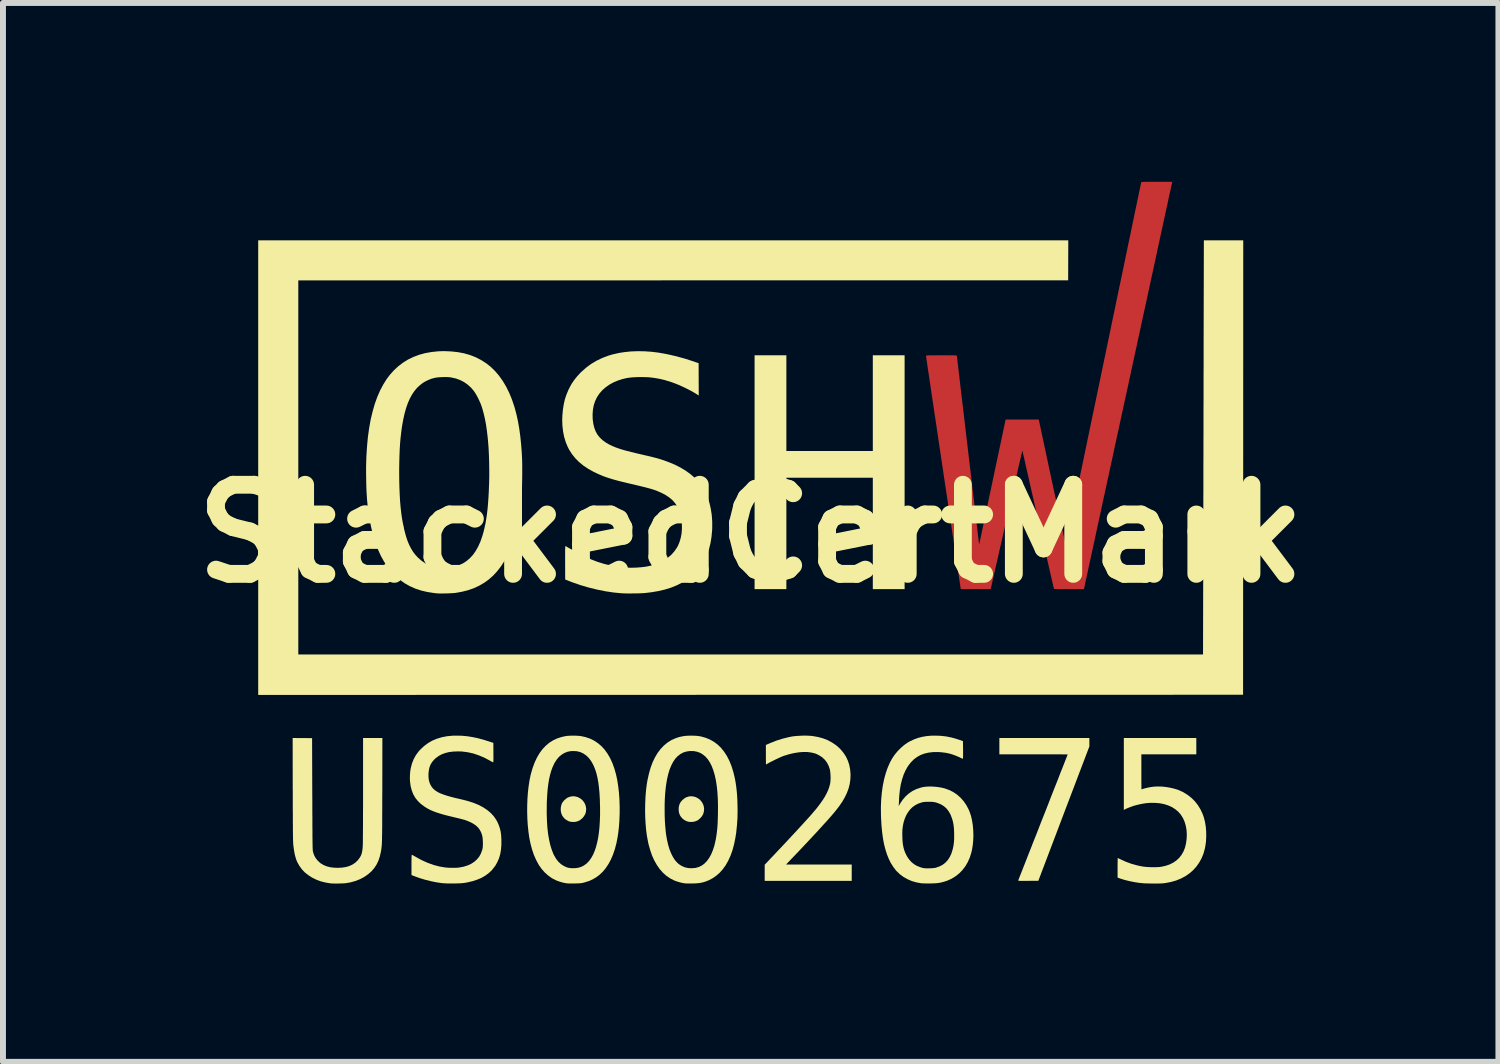
<source format=kicad_pcb>
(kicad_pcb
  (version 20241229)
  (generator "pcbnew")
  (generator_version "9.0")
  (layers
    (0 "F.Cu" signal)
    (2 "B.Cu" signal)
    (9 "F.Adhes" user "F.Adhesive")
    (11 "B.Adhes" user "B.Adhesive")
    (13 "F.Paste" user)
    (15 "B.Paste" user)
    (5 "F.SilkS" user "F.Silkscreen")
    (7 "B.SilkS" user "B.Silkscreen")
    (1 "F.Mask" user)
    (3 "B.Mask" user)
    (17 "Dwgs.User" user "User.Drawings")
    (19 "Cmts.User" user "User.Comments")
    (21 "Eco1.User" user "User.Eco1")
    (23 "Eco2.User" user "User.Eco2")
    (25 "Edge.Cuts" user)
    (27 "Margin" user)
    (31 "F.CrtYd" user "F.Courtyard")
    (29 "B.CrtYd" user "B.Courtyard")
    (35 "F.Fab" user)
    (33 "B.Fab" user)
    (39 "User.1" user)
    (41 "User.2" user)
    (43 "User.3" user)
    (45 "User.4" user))
  (footprint "StackedCertMark"
    (layer "F.Cu")
    (at 9.586 5.931)
    (property "Reference" "StackedCertMark" (at 0 0 0) (layer "F.SilkS") (effects (font (size 1.5 1.5) (thickness 0.3))))
    (attr board_only exclude_from_pos_files exclude_from_bom)
    (fp_poly (pts (xy 7.093 -5.91) (xy 7.091 -5.905) (xy 7.088 -5.89) (xy 7.083 -5.866) (xy 7.076 -5.833) (xy 7.067 -5.791) (xy 7.056 -5.742) (xy 7.043 -5.684) (xy 7.029 -5.619) (xy 7.014 -5.546) (xy 6.996 -5.466) (xy 6.977 -5.38) (xy 6.957 -5.287) (xy 6.936 -5.188) (xy 6.913 -5.083) (xy 6.889 -4.973) (xy 6.864 -4.857) (xy 6.838 -4.737) (xy 6.811 -4.612) (xy 6.783 -4.482) (xy 6.754 -4.349) (xy 6.724 -4.212) (xy 6.694 -4.071) (xy 6.663 -3.927) (xy 6.631 -3.781) (xy 6.598 -3.632) (xy 6.566 -3.481) (xy 6.533 -3.328) (xy 6.499 -3.173) (xy 6.465 -3.017) (xy 6.431 -2.86) (xy 6.397 -2.703) (xy 6.363 -2.545) (xy 6.329 -2.387) (xy 6.294 -2.229) (xy 6.26 -2.072) (xy 6.226 -1.916) (xy 6.193 -1.761) (xy 6.159 -1.607) (xy 6.126 -1.455) (xy 6.094 -1.305) (xy 6.062 -1.157) (xy 6.031 -1.013) (xy 6 -0.871) (xy 5.97 -0.732) (xy 5.94 -0.597) (xy 5.912 -0.466) (xy 5.885 -0.339) (xy 5.858 -0.216) (xy 5.832 -0.099) (xy 5.808 0.014) (xy 5.785 0.121) (xy 5.763 0.223) (xy 5.742 0.318) (xy 5.723 0.408) (xy 5.705 0.49) (xy 5.688 0.566) (xy 5.674 0.634) (xy 5.66 0.695) (xy 5.649 0.748) (xy 5.639 0.793) (xy 5.631 0.83) (xy 5.625 0.858) (xy 5.621 0.877) (xy 5.619 0.886) (xy 5.619 0.886) (xy 5.609 0.935) (xy 5.357 0.935) (xy 5.3 0.935) (xy 5.253 0.935) (xy 5.214 0.935) (xy 5.182 0.935) (xy 5.157 0.934) (xy 5.138 0.934) (xy 5.124 0.933) (xy 5.115 0.932) (xy 5.109 0.931) (xy 5.105 0.929) (xy 5.104 0.927) (xy 5.103 0.926) (xy 5.102 0.92) (xy 5.098 0.904) (xy 5.092 0.88) (xy 5.085 0.847) (xy 5.075 0.807) (xy 5.064 0.76) (xy 5.052 0.706) (xy 5.038 0.646) (xy 5.023 0.58) (xy 5.007 0.51) (xy 4.99 0.435) (xy 4.972 0.356) (xy 4.953 0.274) (xy 4.934 0.189) (xy 4.914 0.101) (xy 4.893 0.011) (xy 4.872 -0.079) (xy 4.852 -0.171) (xy 4.83 -0.263) (xy 4.81 -0.355) (xy 4.789 -0.447) (xy 4.768 -0.537) (xy 4.748 -0.625) (xy 4.728 -0.711) (xy 4.709 -0.794) (xy 4.691 -0.874) (xy 4.674 -0.95) (xy 4.658 -1.022) (xy 4.642 -1.089) (xy 4.628 -1.151) (xy 4.616 -1.206) (xy 4.605 -1.256) (xy 4.595 -1.298) (xy 4.587 -1.333) (xy 4.581 -1.36) (xy 4.577 -1.378) (xy 4.575 -1.388) (xy 4.575 -1.389) (xy 4.574 -1.394) (xy 4.571 -1.391) (xy 4.57 -1.388) (xy 4.568 -1.382) (xy 4.565 -1.367) (xy 4.559 -1.344) (xy 4.552 -1.312) (xy 4.543 -1.272) (xy 4.532 -1.225) (xy 4.519 -1.171) (xy 4.505 -1.11) (xy 4.49 -1.044) (xy 4.474 -0.972) (xy 4.456 -0.895) (xy 4.437 -0.813) (xy 4.418 -0.728) (xy 4.397 -0.639) (xy 4.376 -0.546) (xy 4.355 -0.451) (xy 4.332 -0.354) (xy 4.31 -0.256) (xy 4.287 -0.156) (xy 4.264 -0.055) (xy 4.241 0.046) (xy 4.218 0.147) (xy 4.195 0.247) (xy 4.173 0.346) (xy 4.151 0.443) (xy 4.129 0.539) (xy 4.108 0.631) (xy 4.088 0.721) (xy 4.068 0.807) (xy 4.05 0.889) (xy 4.047 0.899) (xy 4.039 0.935) (xy 3.787 0.935) (xy 3.738 0.935) (xy 3.692 0.935) (xy 3.65 0.935) (xy 3.613 0.935) (xy 3.582 0.935) (xy 3.559 0.934) (xy 3.543 0.934) (xy 3.535 0.934) (xy 3.535 0.934) (xy 3.534 0.929) (xy 3.532 0.914) (xy 3.529 0.892) (xy 3.524 0.861) (xy 3.519 0.824) (xy 3.512 0.78) (xy 3.505 0.731) (xy 3.497 0.677) (xy 3.488 0.619) (xy 3.479 0.558) (xy 3.473 0.515) (xy 3.465 0.46) (xy 3.456 0.4) (xy 3.446 0.333) (xy 3.435 0.262) (xy 3.424 0.186) (xy 3.412 0.107) (xy 3.399 0.024) (xy 3.387 -0.061) (xy 3.374 -0.149) (xy 3.36 -0.237) (xy 3.347 -0.327) (xy 3.334 -0.417) (xy 3.32 -0.506) (xy 3.307 -0.595) (xy 3.294 -0.682) (xy 3.281 -0.767) (xy 3.269 -0.849) (xy 3.257 -0.928) (xy 3.246 -1.002) (xy 3.236 -1.072) (xy 3.226 -1.137) (xy 3.217 -1.197) (xy 3.209 -1.25) (xy 3.202 -1.296) (xy 3.197 -1.334) (xy 3.192 -1.365) (xy 3.189 -1.386) (xy 3.187 -1.398) (xy 3.167 -1.53) (xy 3.148 -1.658) (xy 3.13 -1.782) (xy 3.112 -1.903) (xy 3.094 -2.018) (xy 3.078 -2.13) (xy 3.062 -2.235) (xy 3.047 -2.336) (xy 3.033 -2.43) (xy 3.02 -2.519) (xy 3.008 -2.601) (xy 2.997 -2.676) (xy 2.986 -2.744) (xy 2.977 -2.804) (xy 2.97 -2.857) (xy 2.963 -2.902) (xy 2.958 -2.938) (xy 2.954 -2.965) (xy 2.951 -2.984) (xy 2.95 -2.992) (xy 2.95 -2.993) (xy 2.951 -2.995) (xy 2.954 -2.996) (xy 2.961 -2.997) (xy 2.971 -2.998) (xy 2.986 -2.999) (xy 3.007 -3) (xy 3.034 -3) (xy 3.068 -3) (xy 3.109 -3) (xy 3.16 -3.001) (xy 3.21 -3.001) (xy 3.268 -3.001) (xy 3.317 -3) (xy 3.357 -3) (xy 3.39 -3) (xy 3.416 -3) (xy 3.436 -2.999) (xy 3.45 -2.998) (xy 3.46 -2.997) (xy 3.466 -2.996) (xy 3.469 -2.995) (xy 3.47 -2.993) (xy 3.471 -2.987) (xy 3.472 -2.972) (xy 3.475 -2.948) (xy 3.479 -2.916) (xy 3.483 -2.876) (xy 3.489 -2.828) (xy 3.495 -2.775) (xy 3.502 -2.714) (xy 3.51 -2.649) (xy 3.518 -2.578) (xy 3.527 -2.503) (xy 3.536 -2.424) (xy 3.546 -2.341) (xy 3.556 -2.256) (xy 3.56 -2.222) (xy 3.582 -2.041) (xy 3.602 -1.869) (xy 3.621 -1.707) (xy 3.639 -1.555) (xy 3.656 -1.411) (xy 3.672 -1.276) (xy 3.687 -1.149) (xy 3.701 -1.03) (xy 3.714 -0.919) (xy 3.726 -0.816) (xy 3.737 -0.72) (xy 3.748 -0.631) (xy 3.758 -0.549) (xy 3.766 -0.473) (xy 3.775 -0.404) (xy 3.782 -0.34) (xy 3.789 -0.283) (xy 3.795 -0.231) (xy 3.8 -0.184) (xy 3.805 -0.142) (xy 3.81 -0.104) (xy 3.814 -0.071) (xy 3.817 -0.043) (xy 3.82 -0.018) (xy 3.822 0.003) (xy 3.824 0.021) (xy 3.825 0.03) (xy 3.831 0.074) (xy 3.835 0.109) (xy 3.838 0.136) (xy 3.841 0.154) (xy 3.843 0.166) (xy 3.845 0.172) (xy 3.847 0.173) (xy 3.848 0.169) (xy 3.849 0.168) (xy 3.85 0.162) (xy 3.853 0.147) (xy 3.858 0.123) (xy 3.865 0.09) (xy 3.874 0.05) (xy 3.884 0.002) (xy 3.895 -0.053) (xy 3.908 -0.114) (xy 3.923 -0.182) (xy 3.938 -0.255) (xy 3.955 -0.333) (xy 3.972 -0.416) (xy 3.991 -0.503) (xy 4.01 -0.595) (xy 4.03 -0.689) (xy 4.051 -0.786) (xy 4.066 -0.858) (xy 4.087 -0.957) (xy 4.107 -1.054) (xy 4.127 -1.148) (xy 4.146 -1.238) (xy 4.165 -1.325) (xy 4.182 -1.408) (xy 4.199 -1.485) (xy 4.214 -1.558) (xy 4.228 -1.625) (xy 4.241 -1.685) (xy 4.252 -1.739) (xy 4.262 -1.786) (xy 4.271 -1.825) (xy 4.277 -1.856) (xy 4.282 -1.879) (xy 4.285 -1.893) (xy 4.286 -1.897) (xy 4.291 -1.92) (xy 4.569 -1.92) (xy 4.848 -1.92) (xy 5.072 -0.871) (xy 5.094 -0.771) (xy 5.115 -0.673) (xy 5.135 -0.578) (xy 5.155 -0.486) (xy 5.174 -0.399) (xy 5.191 -0.315) (xy 5.208 -0.237) (xy 5.224 -0.164) (xy 5.239 -0.096) (xy 5.252 -0.035) (xy 5.264 0.019) (xy 5.274 0.067) (xy 5.283 0.107) (xy 5.29 0.139) (xy 5.296 0.162) (xy 5.299 0.177) (xy 5.301 0.182) (xy 5.301 0.182) (xy 5.304 0.183) (xy 5.305 0.178) (xy 5.306 0.173) (xy 5.309 0.158) (xy 5.314 0.134) (xy 5.321 0.101) (xy 5.329 0.06) (xy 5.339 0.011) (xy 5.351 -0.046) (xy 5.365 -0.111) (xy 5.38 -0.183) (xy 5.396 -0.262) (xy 5.414 -0.348) (xy 5.433 -0.439) (xy 5.453 -0.537) (xy 5.474 -0.64) (xy 5.497 -0.749) (xy 5.521 -0.863) (xy 5.545 -0.981) (xy 5.571 -1.103) (xy 5.597 -1.23) (xy 5.624 -1.36) (xy 5.652 -1.494) (xy 5.68 -1.631) (xy 5.709 -1.77) (xy 5.739 -1.912) (xy 5.769 -2.056) (xy 5.799 -2.201) (xy 5.83 -2.348) (xy 5.861 -2.497) (xy 5.892 -2.646) (xy 5.923 -2.795) (xy 5.954 -2.945) (xy 5.985 -3.094) (xy 6.016 -3.243) (xy 6.047 -3.391) (xy 6.077 -3.538) (xy 6.108 -3.684) (xy 6.138 -3.828) (xy 6.167 -3.969) (xy 6.196 -4.109) (xy 6.225 -4.245) (xy 6.253 -4.379) (xy 6.28 -4.509) (xy 6.306 -4.635) (xy 6.332 -4.758) (xy 6.356 -4.876) (xy 6.38 -4.989) (xy 6.403 -5.098) (xy 6.424 -5.201) (xy 6.444 -5.298) (xy 6.463 -5.39) (xy 6.481 -5.475) (xy 6.498 -5.554) (xy 6.513 -5.626) (xy 6.526 -5.69) (xy 6.538 -5.747) (xy 6.548 -5.796) (xy 6.557 -5.837) (xy 6.564 -5.87) (xy 6.569 -5.893) (xy 6.572 -5.908) (xy 6.573 -5.912) (xy 6.574 -5.914) (xy 6.577 -5.916) (xy 6.581 -5.917) (xy 6.589 -5.918) (xy 6.601 -5.919) (xy 6.617 -5.92) (xy 6.639 -5.92) (xy 6.667 -5.921) (xy 6.702 -5.921) (xy 6.745 -5.921) (xy 6.797 -5.921) (xy 6.835 -5.921) (xy 7.095 -5.921)) (stroke (width 0) (type solid)) (fill yes) (layer "F.Cu"))
    (fp_poly (pts (xy 7.093 -5.92) (xy 7.091 -5.915) (xy 7.088 -5.9) (xy 7.083 -5.876) (xy 7.076 -5.843) (xy 7.067 -5.801) (xy 7.056 -5.752) (xy 7.043 -5.694) (xy 7.029 -5.629) (xy 7.014 -5.556) (xy 6.996 -5.476) (xy 6.977 -5.39) (xy 6.957 -5.297) (xy 6.936 -5.198) (xy 6.913 -5.093) (xy 6.889 -4.983) (xy 6.864 -4.867) (xy 6.838 -4.747) (xy 6.811 -4.622) (xy 6.783 -4.492) (xy 6.754 -4.359) (xy 6.724 -4.222) (xy 6.694 -4.081) (xy 6.663 -3.937) (xy 6.631 -3.791) (xy 6.598 -3.642) (xy 6.566 -3.491) (xy 6.533 -3.338) (xy 6.499 -3.183) (xy 6.465 -3.027) (xy 6.431 -2.87) (xy 6.397 -2.713) (xy 6.363 -2.555) (xy 6.329 -2.397) (xy 6.294 -2.239) (xy 6.26 -2.082) (xy 6.226 -1.926) (xy 6.193 -1.771) (xy 6.159 -1.617) (xy 6.126 -1.465) (xy 6.094 -1.315) (xy 6.062 -1.168) (xy 6.031 -1.023) (xy 6 -0.881) (xy 5.97 -0.742) (xy 5.94 -0.607) (xy 5.912 -0.476) (xy 5.885 -0.349) (xy 5.858 -0.226) (xy 5.832 -0.109) (xy 5.808 0.004) (xy 5.785 0.111) (xy 5.763 0.213) (xy 5.742 0.308) (xy 5.723 0.398) (xy 5.705 0.48) (xy 5.688 0.556) (xy 5.674 0.624) (xy 5.66 0.685) (xy 5.649 0.738) (xy 5.639 0.783) (xy 5.631 0.82) (xy 5.625 0.848) (xy 5.621 0.867) (xy 5.619 0.876) (xy 5.619 0.876) (xy 5.609 0.925) (xy 5.357 0.925) (xy 5.3 0.925) (xy 5.253 0.925) (xy 5.214 0.925) (xy 5.182 0.925) (xy 5.157 0.924) (xy 5.138 0.924) (xy 5.124 0.923) (xy 5.115 0.922) (xy 5.109 0.921) (xy 5.105 0.919) (xy 5.104 0.917) (xy 5.103 0.916) (xy 5.102 0.91) (xy 5.098 0.894) (xy 5.092 0.869) (xy 5.085 0.837) (xy 5.075 0.797) (xy 5.064 0.75) (xy 5.052 0.696) (xy 5.038 0.636) (xy 5.023 0.57) (xy 5.007 0.5) (xy 4.99 0.425) (xy 4.972 0.346) (xy 4.953 0.264) (xy 4.934 0.179) (xy 4.914 0.091) (xy 4.893 0.001) (xy 4.872 -0.09) (xy 4.852 -0.181) (xy 4.83 -0.273) (xy 4.81 -0.365) (xy 4.789 -0.457) (xy 4.768 -0.547) (xy 4.748 -0.635) (xy 4.728 -0.721) (xy 4.709 -0.804) (xy 4.691 -0.884) (xy 4.674 -0.96) (xy 4.658 -1.032) (xy 4.642 -1.099) (xy 4.628 -1.161) (xy 4.616 -1.217) (xy 4.605 -1.266) (xy 4.595 -1.308) (xy 4.587 -1.343) (xy 4.581 -1.37) (xy 4.577 -1.388) (xy 4.575 -1.398) (xy 4.575 -1.399) (xy 4.574 -1.404) (xy 4.571 -1.401) (xy 4.57 -1.398) (xy 4.568 -1.392) (xy 4.565 -1.378) (xy 4.559 -1.354) (xy 4.552 -1.322) (xy 4.543 -1.282) (xy 4.532 -1.235) (xy 4.519 -1.181) (xy 4.505 -1.12) (xy 4.49 -1.054) (xy 4.474 -0.982) (xy 4.456 -0.905) (xy 4.437 -0.823) (xy 4.418 -0.738) (xy 4.397 -0.649) (xy 4.376 -0.556) (xy 4.355 -0.462) (xy 4.332 -0.364) (xy 4.31 -0.266) (xy 4.287 -0.166) (xy 4.264 -0.065) (xy 4.241 0.036) (xy 4.218 0.137) (xy 4.195 0.237) (xy 4.173 0.336) (xy 4.151 0.433) (xy 4.129 0.528) (xy 4.108 0.621) (xy 4.088 0.711) (xy 4.068 0.797) (xy 4.05 0.879) (xy 4.047 0.889) (xy 4.039 0.925) (xy 3.787 0.925) (xy 3.738 0.925) (xy 3.692 0.925) (xy 3.65 0.925) (xy 3.613 0.925) (xy 3.582 0.924) (xy 3.559 0.924) (xy 3.543 0.924) (xy 3.535 0.924) (xy 3.535 0.924) (xy 3.534 0.919) (xy 3.532 0.904) (xy 3.529 0.882) (xy 3.524 0.851) (xy 3.519 0.814) (xy 3.512 0.77) (xy 3.505 0.721) (xy 3.497 0.667) (xy 3.488 0.609) (xy 3.479 0.547) (xy 3.473 0.505) (xy 3.465 0.45) (xy 3.456 0.39) (xy 3.446 0.323) (xy 3.435 0.252) (xy 3.424 0.176) (xy 3.412 0.097) (xy 3.399 0.014) (xy 3.387 -0.071) (xy 3.374 -0.159) (xy 3.36 -0.247) (xy 3.347 -0.337) (xy 3.334 -0.427) (xy 3.32 -0.516) (xy 3.307 -0.605) (xy 3.294 -0.692) (xy 3.281 -0.777) (xy 3.269 -0.859) (xy 3.257 -0.938) (xy 3.246 -1.012) (xy 3.236 -1.083) (xy 3.226 -1.148) (xy 3.217 -1.207) (xy 3.209 -1.26) (xy 3.202 -1.306) (xy 3.197 -1.344) (xy 3.192 -1.375) (xy 3.189 -1.396) (xy 3.187 -1.408) (xy 3.167 -1.54) (xy 3.148 -1.668) (xy 3.13 -1.792) (xy 3.112 -1.913) (xy 3.094 -2.029) (xy 3.078 -2.14) (xy 3.062 -2.245) (xy 3.047 -2.346) (xy 3.033 -2.44) (xy 3.02 -2.529) (xy 3.008 -2.611) (xy 2.997 -2.686) (xy 2.986 -2.754) (xy 2.977 -2.815) (xy 2.97 -2.867) (xy 2.963 -2.912) (xy 2.958 -2.948) (xy 2.954 -2.975) (xy 2.951 -2.994) (xy 2.95 -3.002) (xy 2.95 -3.003) (xy 2.951 -3.005) (xy 2.954 -3.006) (xy 2.961 -3.007) (xy 2.971 -3.008) (xy 2.986 -3.009) (xy 3.007 -3.01) (xy 3.034 -3.01) (xy 3.068 -3.01) (xy 3.109 -3.011) (xy 3.16 -3.011) (xy 3.21 -3.011) (xy 3.268 -3.011) (xy 3.317 -3.011) (xy 3.357 -3.01) (xy 3.39 -3.01) (xy 3.416 -3.01) (xy 3.436 -3.009) (xy 3.45 -3.008) (xy 3.46 -3.007) (xy 3.466 -3.006) (xy 3.469 -3.005) (xy 3.47 -3.003) (xy 3.471 -2.997) (xy 3.472 -2.982) (xy 3.475 -2.958) (xy 3.479 -2.926) (xy 3.483 -2.886) (xy 3.489 -2.839) (xy 3.495 -2.785) (xy 3.502 -2.725) (xy 3.51 -2.659) (xy 3.518 -2.588) (xy 3.527 -2.513) (xy 3.536 -2.434) (xy 3.546 -2.351) (xy 3.556 -2.266) (xy 3.56 -2.232) (xy 3.582 -2.051) (xy 3.602 -1.879) (xy 3.621 -1.718) (xy 3.639 -1.565) (xy 3.656 -1.421) (xy 3.672 -1.286) (xy 3.687 -1.159) (xy 3.701 -1.04) (xy 3.714 -0.929) (xy 3.726 -0.826) (xy 3.737 -0.73) (xy 3.748 -0.641) (xy 3.758 -0.559) (xy 3.766 -0.483) (xy 3.775 -0.414) (xy 3.782 -0.35) (xy 3.789 -0.293) (xy 3.795 -0.241) (xy 3.8 -0.194) (xy 3.805 -0.152) (xy 3.81 -0.114) (xy 3.814 -0.081) (xy 3.817 -0.053) (xy 3.82 -0.028) (xy 3.822 -0.007) (xy 3.824 0.011) (xy 3.825 0.02) (xy 3.831 0.064) (xy 3.835 0.099) (xy 3.838 0.126) (xy 3.841 0.144) (xy 3.843 0.156) (xy 3.845 0.162) (xy 3.847 0.163) (xy 3.848 0.159) (xy 3.849 0.157) (xy 3.85 0.152) (xy 3.853 0.137) (xy 3.858 0.113) (xy 3.865 0.08) (xy 3.874 0.04) (xy 3.884 -0.008) (xy 3.895 -0.063) (xy 3.908 -0.124) (xy 3.923 -0.192) (xy 3.938 -0.265) (xy 3.955 -0.343) (xy 3.972 -0.426) (xy 3.991 -0.514) (xy 4.01 -0.605) (xy 4.03 -0.699) (xy 4.051 -0.796) (xy 4.066 -0.868) (xy 4.087 -0.967) (xy 4.107 -1.064) (xy 4.127 -1.158) (xy 4.146 -1.248) (xy 4.165 -1.335) (xy 4.182 -1.418) (xy 4.199 -1.495) (xy 4.214 -1.568) (xy 4.228 -1.635) (xy 4.241 -1.695) (xy 4.252 -1.749) (xy 4.262 -1.796) (xy 4.271 -1.835) (xy 4.277 -1.866) (xy 4.282 -1.889) (xy 4.285 -1.903) (xy 4.286 -1.907) (xy 4.291 -1.93) (xy 4.569 -1.93) (xy 4.848 -1.93) (xy 5.072 -0.881) (xy 5.094 -0.781) (xy 5.115 -0.683) (xy 5.135 -0.588) (xy 5.155 -0.496) (xy 5.174 -0.409) (xy 5.191 -0.325) (xy 5.208 -0.247) (xy 5.224 -0.174) (xy 5.239 -0.107) (xy 5.252 -0.045) (xy 5.264 0.009) (xy 5.274 0.057) (xy 5.283 0.097) (xy 5.29 0.129) (xy 5.296 0.152) (xy 5.299 0.167) (xy 5.301 0.172) (xy 5.301 0.172) (xy 5.304 0.173) (xy 5.305 0.168) (xy 5.306 0.163) (xy 5.309 0.148) (xy 5.314 0.124) (xy 5.321 0.091) (xy 5.329 0.05) (xy 5.339 0.001) (xy 5.351 -0.056) (xy 5.365 -0.121) (xy 5.38 -0.193) (xy 5.396 -0.272) (xy 5.414 -0.358) (xy 5.433 -0.449) (xy 5.453 -0.547) (xy 5.474 -0.65) (xy 5.497 -0.759) (xy 5.521 -0.873) (xy 5.545 -0.991) (xy 5.571 -1.113) (xy 5.597 -1.24) (xy 5.624 -1.37) (xy 5.652 -1.504) (xy 5.68 -1.641) (xy 5.709 -1.78) (xy 5.739 -1.922) (xy 5.769 -2.066) (xy 5.799 -2.211) (xy 5.83 -2.358) (xy 5.861 -2.507) (xy 5.892 -2.656) (xy 5.923 -2.805) (xy 5.954 -2.955) (xy 5.985 -3.104) (xy 6.016 -3.253) (xy 6.047 -3.401) (xy 6.077 -3.548) (xy 6.108 -3.694) (xy 6.138 -3.838) (xy 6.167 -3.979) (xy 6.196 -4.119) (xy 6.225 -4.255) (xy 6.253 -4.389) (xy 6.28 -4.519) (xy 6.306 -4.645) (xy 6.332 -4.768) (xy 6.356 -4.886) (xy 6.38 -4.999) (xy 6.403 -5.108) (xy 6.424 -5.211) (xy 6.444 -5.308) (xy 6.463 -5.4) (xy 6.481 -5.485) (xy 6.498 -5.564) (xy 6.513 -5.636) (xy 6.526 -5.7) (xy 6.538 -5.757) (xy 6.548 -5.806) (xy 6.557 -5.847) (xy 6.564 -5.88) (xy 6.569 -5.903) (xy 6.572 -5.918) (xy 6.573 -5.922) (xy 6.574 -5.924) (xy 6.577 -5.926) (xy 6.581 -5.927) (xy 6.589 -5.929) (xy 6.601 -5.929) (xy 6.617 -5.93) (xy 6.639 -5.931) (xy 6.667 -5.931) (xy 6.702 -5.931) (xy 6.745 -5.931) (xy 6.797 -5.931) (xy 6.835 -5.931) (xy 7.095 -5.931)) (stroke (width 0) (type solid)) (fill yes) (layer "F.Mask"))
    (fp_poly (pts (xy 0.6 -2.195) (xy 0.6 -1.39) (xy 1.327 -1.39) (xy 2.055 -1.39) (xy 2.055 -2.195) (xy 2.055 -3.001) (xy 2.322 -3.001) (xy 2.59 -3.001) (xy 2.59 -1.033) (xy 2.59 0.935) (xy 2.322 0.935) (xy 2.055 0.935) (xy 2.055 -0.003) (xy 2.055 -0.94) (xy 1.327 -0.94) (xy 0.6 -0.94) (xy 0.6 -0.003) (xy 0.6 0.935) (xy 0.333 0.935) (xy 0.065 0.935) (xy 0.065 -1.033) (xy 0.065 -3.001) (xy 0.333 -3.001) (xy 0.6 -3.001)) (stroke (width 0) (type solid)) (fill yes) (layer "F.SilkS"))
    (fp_poly (pts (xy -2.949 4.425) (xy -2.91 4.436) (xy -2.874 4.455) (xy -2.841 4.479) (xy -2.814 4.51) (xy -2.792 4.545) (xy -2.777 4.585) (xy -2.77 4.628) (xy -2.77 4.64) (xy -2.774 4.685) (xy -2.787 4.725) (xy -2.81 4.762) (xy -2.835 4.792) (xy -2.871 4.821) (xy -2.911 4.842) (xy -2.955 4.853) (xy -3.002 4.854) (xy -3.031 4.851) (xy -3.069 4.84) (xy -3.104 4.82) (xy -3.137 4.794) (xy -3.163 4.762) (xy -3.176 4.741) (xy -3.191 4.701) (xy -3.198 4.657) (xy -3.197 4.613) (xy -3.188 4.569) (xy -3.178 4.542) (xy -3.162 4.516) (xy -3.139 4.489) (xy -3.111 4.465) (xy -3.083 4.445) (xy -3.072 4.44) (xy -3.031 4.426) (xy -2.99 4.421)) (stroke (width 0) (type solid)) (fill yes) (layer "F.SilkS"))
    (fp_poly (pts (xy -0.965 4.425) (xy -0.925 4.436) (xy -0.889 4.455) (xy -0.856 4.479) (xy -0.829 4.51) (xy -0.807 4.545) (xy -0.792 4.584) (xy -0.785 4.627) (xy -0.785 4.638) (xy -0.789 4.682) (xy -0.801 4.722) (xy -0.822 4.759) (xy -0.85 4.791) (xy -0.885 4.821) (xy -0.925 4.841) (xy -0.968 4.852) (xy -1.015 4.854) (xy -1.046 4.851) (xy -1.083 4.84) (xy -1.119 4.821) (xy -1.151 4.795) (xy -1.177 4.764) (xy -1.192 4.74) (xy -1.207 4.699) (xy -1.213 4.654) (xy -1.212 4.609) (xy -1.202 4.565) (xy -1.194 4.545) (xy -1.177 4.516) (xy -1.153 4.488) (xy -1.124 4.463) (xy -1.095 4.444) (xy -1.087 4.44) (xy -1.046 4.426) (xy -1.005 4.421)) (stroke (width 0) (type solid)) (fill yes) (layer "F.SilkS"))
    (fp_poly (pts (xy 5.344 -4.6) (xy 5.343 -4.263) (xy -1.136 -4.262) (xy -7.615 -4.261) (xy -7.615 -1.113) (xy -7.615 2.035) (xy -0.001 2.035) (xy 7.613 2.035) (xy 7.617 0.299) (xy 7.617 0.145) (xy 7.617 -0.019) (xy 7.618 -0.19) (xy 7.618 -0.368) (xy 7.618 -0.551) (xy 7.619 -0.74) (xy 7.619 -0.933) (xy 7.619 -1.128) (xy 7.62 -1.325) (xy 7.62 -1.522) (xy 7.621 -1.719) (xy 7.621 -1.915) (xy 7.621 -2.108) (xy 7.622 -2.298) (xy 7.622 -2.484) (xy 7.622 -2.663) (xy 7.623 -2.837) (xy 7.623 -3.002) (xy 7.623 -3.159) (xy 7.623 -3.187) (xy 7.627 -4.936) (xy 7.958 -4.936) (xy 8.29 -4.936) (xy 8.289 -1.111) (xy 8.287 2.713) (xy -0.001 2.714) (xy -8.29 2.716) (xy -8.29 -1.11) (xy -8.29 -4.936) (xy -1.472 -4.936) (xy 5.345 -4.936)) (stroke (width 0) (type solid)) (fill yes) (layer "F.SilkS"))
    (fp_poly (pts (xy 5.7 3.512) (xy 5.7 3.583) (xy 5.27 4.713) (xy 4.841 5.844) (xy 4.67 5.845) (xy 4.623 5.845) (xy 4.584 5.845) (xy 4.555 5.845) (xy 4.532 5.845) (xy 4.517 5.844) (xy 4.507 5.843) (xy 4.502 5.841) (xy 4.501 5.84) (xy 4.505 5.832) (xy 4.511 5.816) (xy 4.521 5.791) (xy 4.533 5.759) (xy 4.549 5.72) (xy 4.567 5.674) (xy 4.587 5.622) (xy 4.61 5.564) (xy 4.635 5.501) (xy 4.661 5.434) (xy 4.689 5.362) (xy 4.719 5.287) (xy 4.749 5.209) (xy 4.781 5.129) (xy 4.814 5.046) (xy 4.847 4.961) (xy 4.88 4.876) (xy 4.914 4.79) (xy 4.948 4.704) (xy 4.982 4.618) (xy 5.015 4.534) (xy 5.047 4.45) (xy 5.079 4.369) (xy 5.11 4.29) (xy 5.14 4.215) (xy 5.169 4.142) (xy 5.195 4.074) (xy 5.22 4.01) (xy 5.244 3.951) (xy 5.265 3.897) (xy 5.283 3.85) (xy 5.299 3.809) (xy 5.313 3.774) (xy 5.323 3.748) (xy 5.33 3.729) (xy 5.334 3.719) (xy 5.335 3.717) (xy 5.33 3.717) (xy 5.316 3.717) (xy 5.293 3.717) (xy 5.262 3.717) (xy 5.223 3.716) (xy 5.177 3.716) (xy 5.126 3.716) (xy 5.068 3.716) (xy 5.006 3.716) (xy 4.939 3.716) (xy 4.868 3.716) (xy 4.795 3.716) (xy 4.76 3.716) (xy 4.185 3.716) (xy 4.185 3.578) (xy 4.185 3.441) (xy 4.942 3.441) (xy 5.7 3.441)) (stroke (width 0) (type solid)) (fill yes) (layer "F.SilkS"))
    (fp_poly (pts (xy 0.984 3.403) (xy 1.026 3.406) (xy 1.043 3.408) (xy 1.133 3.424) (xy 1.218 3.447) (xy 1.297 3.478) (xy 1.369 3.517) (xy 1.436 3.562) (xy 1.495 3.614) (xy 1.511 3.63) (xy 1.561 3.69) (xy 1.602 3.753) (xy 1.634 3.82) (xy 1.658 3.892) (xy 1.673 3.968) (xy 1.68 4.049) (xy 1.68 4.076) (xy 1.676 4.149) (xy 1.665 4.221) (xy 1.646 4.293) (xy 1.619 4.365) (xy 1.584 4.438) (xy 1.54 4.514) (xy 1.487 4.591) (xy 1.433 4.661) (xy 1.406 4.694) (xy 1.372 4.734) (xy 1.332 4.78) (xy 1.286 4.832) (xy 1.233 4.89) (xy 1.175 4.954) (xy 1.112 5.023) (xy 1.044 5.096) (xy 0.97 5.175) (xy 0.893 5.257) (xy 0.811 5.344) (xy 0.725 5.434) (xy 0.693 5.467) (xy 0.594 5.571) (xy 1.147 5.571) (xy 1.7 5.571) (xy 1.7 5.709) (xy 1.7 5.846) (xy 0.968 5.846) (xy 0.235 5.846) (xy 0.235 5.71) (xy 0.235 5.574) (xy 0.361 5.441) (xy 0.463 5.333) (xy 0.558 5.232) (xy 0.646 5.138) (xy 0.727 5.051) (xy 0.801 4.971) (xy 0.868 4.898) (xy 0.928 4.832) (xy 0.981 4.774) (xy 1.027 4.722) (xy 1.065 4.677) (xy 1.097 4.64) (xy 1.12 4.611) (xy 1.17 4.545) (xy 1.213 4.484) (xy 1.249 4.427) (xy 1.278 4.373) (xy 1.302 4.321) (xy 1.32 4.27) (xy 1.334 4.219) (xy 1.338 4.2) (xy 1.342 4.168) (xy 1.344 4.13) (xy 1.344 4.089) (xy 1.342 4.047) (xy 1.338 4.008) (xy 1.333 3.974) (xy 1.33 3.964) (xy 1.31 3.906) (xy 1.282 3.853) (xy 1.247 3.807) (xy 1.208 3.77) (xy 1.18 3.75) (xy 1.148 3.731) (xy 1.114 3.713) (xy 1.083 3.701) (xy 1.077 3.699) (xy 1.019 3.685) (xy 0.953 3.677) (xy 0.883 3.676) (xy 0.809 3.682) (xy 0.732 3.694) (xy 0.653 3.712) (xy 0.573 3.736) (xy 0.552 3.743) (xy 0.527 3.753) (xy 0.494 3.767) (xy 0.458 3.784) (xy 0.419 3.802) (xy 0.381 3.821) (xy 0.345 3.839) (xy 0.313 3.855) (xy 0.299 3.864) (xy 0.282 3.873) (xy 0.268 3.881) (xy 0.259 3.885) (xy 0.258 3.886) (xy 0.257 3.881) (xy 0.256 3.867) (xy 0.256 3.846) (xy 0.256 3.818) (xy 0.255 3.785) (xy 0.255 3.748) (xy 0.255 3.722) (xy 0.255 3.558) (xy 0.329 3.526) (xy 0.432 3.485) (xy 0.534 3.453) (xy 0.637 3.427) (xy 0.698 3.415) (xy 0.736 3.41) (xy 0.782 3.406) (xy 0.832 3.403) (xy 0.885 3.401) (xy 0.936 3.401)) (stroke (width 0) (type solid)) (fill yes) (layer "F.SilkS"))
    (fp_poly (pts (xy 7.5 3.578) (xy 7.5 3.716) (xy 7.037 3.716) (xy 6.575 3.716) (xy 6.575 4.011) (xy 6.575 4.064) (xy 6.575 4.114) (xy 6.575 4.161) (xy 6.575 4.202) (xy 6.576 4.238) (xy 6.576 4.267) (xy 6.576 4.288) (xy 6.577 4.302) (xy 6.577 4.306) (xy 6.582 4.304) (xy 6.594 4.3) (xy 6.601 4.298) (xy 6.624 4.291) (xy 6.655 4.283) (xy 6.69 4.275) (xy 6.727 4.268) (xy 6.762 4.263) (xy 6.78 4.26) (xy 6.844 4.257) (xy 6.913 4.258) (xy 6.985 4.265) (xy 7.057 4.277) (xy 7.127 4.293) (xy 7.191 4.313) (xy 7.207 4.319) (xy 7.284 4.355) (xy 7.354 4.399) (xy 7.419 4.45) (xy 7.477 4.508) (xy 7.528 4.573) (xy 7.571 4.644) (xy 7.607 4.721) (xy 7.627 4.778) (xy 7.646 4.852) (xy 7.659 4.931) (xy 7.666 5.014) (xy 7.667 5.098) (xy 7.663 5.181) (xy 7.652 5.261) (xy 7.644 5.301) (xy 7.621 5.386) (xy 7.589 5.464) (xy 7.549 5.537) (xy 7.502 5.604) (xy 7.447 5.665) (xy 7.385 5.719) (xy 7.317 5.766) (xy 7.242 5.806) (xy 7.161 5.839) (xy 7.074 5.864) (xy 6.981 5.882) (xy 6.947 5.886) (xy 6.927 5.888) (xy 6.898 5.889) (xy 6.863 5.89) (xy 6.824 5.89) (xy 6.782 5.89) (xy 6.74 5.89) (xy 6.699 5.889) (xy 6.661 5.888) (xy 6.629 5.887) (xy 6.61 5.886) (xy 6.531 5.878) (xy 6.45 5.865) (xy 6.371 5.849) (xy 6.295 5.83) (xy 6.227 5.809) (xy 6.218 5.806) (xy 6.175 5.79) (xy 6.175 5.626) (xy 6.175 5.586) (xy 6.175 5.55) (xy 6.176 5.519) (xy 6.176 5.493) (xy 6.177 5.474) (xy 6.177 5.463) (xy 6.178 5.461) (xy 6.183 5.463) (xy 6.195 5.469) (xy 6.211 5.477) (xy 6.214 5.478) (xy 6.312 5.523) (xy 6.41 5.559) (xy 6.512 5.587) (xy 6.58 5.601) (xy 6.616 5.607) (xy 6.659 5.611) (xy 6.705 5.614) (xy 6.754 5.616) (xy 6.801 5.616) (xy 6.846 5.614) (xy 6.884 5.612) (xy 6.905 5.609) (xy 6.981 5.593) (xy 7.049 5.57) (xy 7.111 5.539) (xy 7.165 5.502) (xy 7.212 5.458) (xy 7.252 5.407) (xy 7.285 5.349) (xy 7.31 5.285) (xy 7.327 5.214) (xy 7.337 5.137) (xy 7.34 5.071) (xy 7.336 4.993) (xy 7.323 4.919) (xy 7.303 4.851) (xy 7.275 4.788) (xy 7.239 4.731) (xy 7.198 4.684) (xy 7.149 4.642) (xy 7.094 4.606) (xy 7.031 4.577) (xy 6.963 4.555) (xy 6.889 4.54) (xy 6.811 4.533) (xy 6.728 4.532) (xy 6.653 4.538) (xy 6.583 4.549) (xy 6.511 4.565) (xy 6.441 4.584) (xy 6.375 4.608) (xy 6.315 4.633) (xy 6.306 4.638) (xy 6.28 4.651) (xy 6.28 4.046) (xy 6.28 3.441) (xy 6.89 3.441) (xy 7.5 3.441)) (stroke (width 0) (type solid)) (fill yes) (layer "F.SilkS"))
    (fp_poly (pts (xy -7.546 3.442) (xy -7.383 3.443) (xy -7.38 4.378) (xy -7.379 4.493) (xy -7.379 4.598) (xy -7.379 4.694) (xy -7.378 4.782) (xy -7.378 4.861) (xy -7.378 4.932) (xy -7.377 4.996) (xy -7.377 5.052) (xy -7.377 5.103) (xy -7.376 5.147) (xy -7.376 5.185) (xy -7.375 5.218) (xy -7.375 5.246) (xy -7.374 5.27) (xy -7.374 5.29) (xy -7.373 5.306) (xy -7.372 5.319) (xy -7.372 5.33) (xy -7.371 5.338) (xy -7.37 5.344) (xy -7.369 5.349) (xy -7.358 5.389) (xy -7.345 5.422) (xy -7.328 5.453) (xy -7.321 5.464) (xy -7.285 5.509) (xy -7.243 5.547) (xy -7.194 5.577) (xy -7.14 5.6) (xy -7.078 5.616) (xy -7.01 5.624) (xy -6.955 5.626) (xy -6.882 5.623) (xy -6.816 5.613) (xy -6.757 5.596) (xy -6.705 5.572) (xy -6.658 5.541) (xy -6.617 5.502) (xy -6.585 5.461) (xy -6.57 5.437) (xy -6.558 5.413) (xy -6.549 5.388) (xy -6.542 5.359) (xy -6.536 5.324) (xy -6.532 5.283) (xy -6.53 5.249) (xy -6.529 5.235) (xy -6.529 5.213) (xy -6.528 5.182) (xy -6.528 5.142) (xy -6.528 5.095) (xy -6.527 5.04) (xy -6.527 4.979) (xy -6.526 4.912) (xy -6.526 4.839) (xy -6.526 4.762) (xy -6.526 4.68) (xy -6.525 4.594) (xy -6.525 4.505) (xy -6.525 4.414) (xy -6.525 4.321) (xy -6.525 4.307) (xy -6.525 3.441) (xy -6.362 3.441) (xy -6.2 3.441) (xy -6.201 4.312) (xy -6.202 4.425) (xy -6.202 4.528) (xy -6.202 4.623) (xy -6.203 4.709) (xy -6.203 4.786) (xy -6.203 4.857) (xy -6.203 4.92) (xy -6.204 4.976) (xy -6.204 5.026) (xy -6.205 5.071) (xy -6.206 5.11) (xy -6.206 5.145) (xy -6.207 5.176) (xy -6.208 5.202) (xy -6.209 5.226) (xy -6.211 5.247) (xy -6.212 5.265) (xy -6.214 5.282) (xy -6.216 5.297) (xy -6.217 5.311) (xy -6.22 5.326) (xy -6.222 5.34) (xy -6.225 5.355) (xy -6.225 5.357) (xy -6.243 5.435) (xy -6.267 5.507) (xy -6.298 5.571) (xy -6.336 5.629) (xy -6.381 5.682) (xy -6.434 5.729) (xy -6.501 5.777) (xy -6.574 5.816) (xy -6.651 5.847) (xy -6.734 5.87) (xy -6.813 5.884) (xy -6.837 5.886) (xy -6.868 5.888) (xy -6.904 5.889) (xy -6.942 5.89) (xy -6.98 5.891) (xy -7.016 5.89) (xy -7.046 5.889) (xy -7.069 5.888) (xy -7.07 5.888) (xy -7.155 5.874) (xy -7.236 5.854) (xy -7.311 5.826) (xy -7.382 5.791) (xy -7.446 5.75) (xy -7.504 5.704) (xy -7.555 5.651) (xy -7.597 5.593) (xy -7.632 5.531) (xy -7.632 5.53) (xy -7.648 5.493) (xy -7.661 5.452) (xy -7.673 5.407) (xy -7.683 5.356) (xy -7.692 5.298) (xy -7.699 5.244) (xy -7.7 5.233) (xy -7.701 5.222) (xy -7.701 5.208) (xy -7.702 5.192) (xy -7.703 5.173) (xy -7.704 5.151) (xy -7.704 5.124) (xy -7.705 5.094) (xy -7.705 5.058) (xy -7.706 5.017) (xy -7.706 4.971) (xy -7.706 4.918) (xy -7.707 4.859) (xy -7.707 4.792) (xy -7.707 4.718) (xy -7.708 4.636) (xy -7.708 4.546) (xy -7.708 4.446) (xy -7.708 4.337) (xy -7.709 4.307) (xy -7.71 3.441)) (stroke (width 0) (type solid)) (fill yes) (layer "F.SilkS"))
    (fp_poly (pts (xy -0.952 3.402) (xy -0.907 3.405) (xy -0.867 3.41) (xy -0.838 3.415) (xy -0.759 3.437) (xy -0.686 3.467) (xy -0.618 3.506) (xy -0.555 3.553) (xy -0.498 3.609) (xy -0.447 3.673) (xy -0.4 3.745) (xy -0.359 3.826) (xy -0.323 3.915) (xy -0.293 4.013) (xy -0.283 4.052) (xy -0.268 4.116) (xy -0.256 4.179) (xy -0.246 4.244) (xy -0.238 4.312) (xy -0.231 4.385) (xy -0.226 4.465) (xy -0.224 4.515) (xy -0.221 4.65) (xy -0.223 4.784) (xy -0.232 4.914) (xy -0.245 5.039) (xy -0.258 5.12) (xy -0.28 5.229) (xy -0.307 5.329) (xy -0.34 5.422) (xy -0.379 5.507) (xy -0.422 5.583) (xy -0.471 5.651) (xy -0.525 5.711) (xy -0.584 5.762) (xy -0.648 5.805) (xy -0.716 5.84) (xy -0.725 5.843) (xy -0.764 5.858) (xy -0.8 5.869) (xy -0.835 5.877) (xy -0.872 5.883) (xy -0.914 5.887) (xy -0.962 5.889) (xy -0.983 5.889) (xy -1.016 5.889) (xy -1.049 5.889) (xy -1.078 5.889) (xy -1.101 5.888) (xy -1.117 5.886) (xy -1.118 5.886) (xy -1.153 5.88) (xy -1.193 5.87) (xy -1.234 5.858) (xy -1.271 5.845) (xy -1.287 5.839) (xy -1.356 5.804) (xy -1.42 5.76) (xy -1.478 5.708) (xy -1.532 5.647) (xy -1.58 5.578) (xy -1.624 5.501) (xy -1.662 5.416) (xy -1.694 5.322) (xy -1.722 5.221) (xy -1.743 5.112) (xy -1.747 5.089) (xy -1.761 4.987) (xy -1.77 4.879) (xy -1.776 4.767) (xy -1.778 4.66) (xy -1.449 4.66) (xy -1.448 4.758) (xy -1.444 4.855) (xy -1.437 4.947) (xy -1.429 5.032) (xy -1.425 5.062) (xy -1.41 5.151) (xy -1.391 5.234) (xy -1.369 5.31) (xy -1.342 5.378) (xy -1.312 5.439) (xy -1.279 5.492) (xy -1.242 5.535) (xy -1.208 5.565) (xy -1.161 5.595) (xy -1.11 5.617) (xy -1.054 5.63) (xy -0.995 5.633) (xy -0.934 5.628) (xy -0.922 5.626) (xy -0.871 5.611) (xy -0.822 5.587) (xy -0.778 5.554) (xy -0.737 5.511) (xy -0.7 5.46) (xy -0.667 5.401) (xy -0.638 5.332) (xy -0.613 5.256) (xy -0.601 5.206) (xy -0.588 5.147) (xy -0.578 5.086) (xy -0.569 5.021) (xy -0.562 4.953) (xy -0.557 4.878) (xy -0.554 4.796) (xy -0.552 4.716) (xy -0.551 4.585) (xy -0.554 4.463) (xy -0.561 4.35) (xy -0.572 4.246) (xy -0.587 4.151) (xy -0.606 4.064) (xy -0.629 3.986) (xy -0.655 3.917) (xy -0.686 3.855) (xy -0.72 3.802) (xy -0.759 3.757) (xy -0.763 3.753) (xy -0.807 3.717) (xy -0.855 3.689) (xy -0.907 3.671) (xy -0.961 3.661) (xy -1.023 3.66) (xy -1.08 3.668) (xy -1.133 3.684) (xy -1.182 3.71) (xy -1.227 3.744) (xy -1.268 3.787) (xy -1.304 3.839) (xy -1.336 3.9) (xy -1.365 3.97) (xy -1.389 4.049) (xy -1.409 4.137) (xy -1.425 4.235) (xy -1.432 4.29) (xy -1.44 4.374) (xy -1.446 4.466) (xy -1.449 4.561) (xy -1.449 4.66) (xy -1.778 4.66) (xy -1.778 4.653) (xy -1.776 4.539) (xy -1.771 4.427) (xy -1.762 4.318) (xy -1.749 4.216) (xy -1.738 4.151) (xy -1.714 4.043) (xy -1.686 3.943) (xy -1.652 3.851) (xy -1.612 3.768) (xy -1.568 3.693) (xy -1.518 3.627) (xy -1.463 3.569) (xy -1.403 3.519) (xy -1.338 3.478) (xy -1.313 3.466) (xy -1.26 3.443) (xy -1.205 3.425) (xy -1.146 3.412) (xy -1.122 3.408) (xy -1.087 3.404) (xy -1.044 3.402) (xy -0.999 3.401)) (stroke (width 0) (type solid)) (fill yes) (layer "F.SilkS"))
    (fp_poly (pts (xy -2.944 3.402) (xy -2.902 3.404) (xy -2.865 3.408) (xy -2.862 3.408) (xy -2.783 3.425) (xy -2.708 3.45) (xy -2.638 3.484) (xy -2.573 3.527) (xy -2.513 3.578) (xy -2.459 3.637) (xy -2.41 3.705) (xy -2.366 3.781) (xy -2.327 3.866) (xy -2.294 3.959) (xy -2.268 4.051) (xy -2.247 4.147) (xy -2.231 4.25) (xy -2.218 4.359) (xy -2.21 4.472) (xy -2.206 4.588) (xy -2.206 4.705) (xy -2.21 4.822) (xy -2.218 4.937) (xy -2.231 5.048) (xy -2.241 5.111) (xy -2.261 5.214) (xy -2.287 5.312) (xy -2.318 5.403) (xy -2.354 5.487) (xy -2.395 5.563) (xy -2.441 5.632) (xy -2.491 5.692) (xy -2.545 5.743) (xy -2.548 5.746) (xy -2.604 5.787) (xy -2.662 5.821) (xy -2.724 5.849) (xy -2.793 5.87) (xy -2.799 5.872) (xy -2.82 5.877) (xy -2.837 5.881) (xy -2.854 5.884) (xy -2.872 5.886) (xy -2.893 5.887) (xy -2.919 5.888) (xy -2.953 5.889) (xy -2.965 5.889) (xy -2.999 5.889) (xy -3.032 5.889) (xy -3.061 5.889) (xy -3.085 5.888) (xy -3.101 5.886) (xy -3.103 5.886) (xy -3.142 5.879) (xy -3.186 5.868) (xy -3.23 5.854) (xy -3.27 5.839) (xy -3.277 5.836) (xy -3.346 5.801) (xy -3.409 5.756) (xy -3.467 5.704) (xy -3.521 5.643) (xy -3.569 5.574) (xy -3.611 5.496) (xy -3.649 5.41) (xy -3.681 5.316) (xy -3.708 5.213) (xy -3.728 5.114) (xy -3.742 5.013) (xy -3.753 4.906) (xy -3.76 4.796) (xy -3.762 4.706) (xy -3.434 4.706) (xy -3.43 4.831) (xy -3.423 4.947) (xy -3.411 5.054) (xy -3.394 5.152) (xy -3.374 5.242) (xy -3.349 5.322) (xy -3.321 5.394) (xy -3.31 5.416) (xy -3.276 5.474) (xy -3.238 5.523) (xy -3.194 5.564) (xy -3.146 5.595) (xy -3.092 5.619) (xy -3.075 5.624) (xy -3.049 5.629) (xy -3.017 5.632) (xy -2.981 5.632) (xy -2.945 5.631) (xy -2.912 5.626) (xy -2.908 5.626) (xy -2.856 5.611) (xy -2.808 5.587) (xy -2.763 5.554) (xy -2.722 5.512) (xy -2.685 5.461) (xy -2.652 5.402) (xy -2.624 5.335) (xy -2.606 5.281) (xy -2.586 5.206) (xy -2.569 5.126) (xy -2.556 5.039) (xy -2.546 4.945) (xy -2.54 4.844) (xy -2.536 4.734) (xy -2.536 4.616) (xy -2.537 4.578) (xy -2.54 4.466) (xy -2.546 4.363) (xy -2.555 4.269) (xy -2.566 4.183) (xy -2.581 4.104) (xy -2.598 4.033) (xy -2.619 3.968) (xy -2.643 3.909) (xy -2.671 3.855) (xy -2.69 3.824) (xy -2.727 3.775) (xy -2.77 3.734) (xy -2.817 3.702) (xy -2.868 3.678) (xy -2.923 3.664) (xy -2.983 3.66) (xy -3.024 3.661) (xy -3.079 3.671) (xy -3.13 3.69) (xy -3.178 3.718) (xy -3.223 3.754) (xy -3.262 3.799) (xy -3.297 3.852) (xy -3.31 3.876) (xy -3.336 3.933) (xy -3.359 3.996) (xy -3.378 4.064) (xy -3.395 4.139) (xy -3.408 4.221) (xy -3.419 4.31) (xy -3.426 4.407) (xy -3.432 4.514) (xy -3.433 4.573) (xy -3.434 4.706) (xy -3.762 4.706) (xy -3.763 4.684) (xy -3.762 4.572) (xy -3.758 4.461) (xy -3.75 4.353) (xy -3.738 4.249) (xy -3.723 4.151) (xy -3.704 4.061) (xy -3.7 4.046) (xy -3.671 3.945) (xy -3.637 3.853) (xy -3.598 3.77) (xy -3.554 3.695) (xy -3.505 3.629) (xy -3.45 3.571) (xy -3.391 3.521) (xy -3.326 3.48) (xy -3.255 3.447) (xy -3.18 3.423) (xy -3.11 3.408) (xy -3.075 3.404) (xy -3.034 3.402) (xy -2.989 3.401)) (stroke (width 0) (type solid)) (fill yes) (layer "F.SilkS"))
    (fp_poly (pts (xy -4.862 3.403) (xy -4.774 3.411) (xy -4.685 3.425) (xy -4.594 3.444) (xy -4.498 3.47) (xy -4.412 3.497) (xy -4.332 3.523) (xy -4.331 3.687) (xy -4.331 3.737) (xy -4.331 3.778) (xy -4.331 3.809) (xy -4.332 3.831) (xy -4.333 3.845) (xy -4.335 3.851) (xy -4.335 3.851) (xy -4.341 3.848) (xy -4.354 3.842) (xy -4.372 3.832) (xy -4.388 3.823) (xy -4.481 3.773) (xy -4.576 3.733) (xy -4.671 3.701) (xy -4.766 3.68) (xy -4.861 3.668) (xy -4.927 3.666) (xy -5.006 3.669) (xy -5.078 3.678) (xy -5.143 3.694) (xy -5.202 3.716) (xy -5.255 3.745) (xy -5.303 3.781) (xy -5.327 3.803) (xy -5.362 3.844) (xy -5.389 3.888) (xy -5.408 3.937) (xy -5.419 3.992) (xy -5.424 4.041) (xy -5.424 4.092) (xy -5.42 4.136) (xy -5.411 4.177) (xy -5.397 4.215) (xy -5.39 4.229) (xy -5.373 4.259) (xy -5.352 4.286) (xy -5.326 4.311) (xy -5.296 4.334) (xy -5.259 4.356) (xy -5.216 4.376) (xy -5.165 4.395) (xy -5.107 4.414) (xy -5.04 4.433) (xy -4.964 4.452) (xy -4.938 4.458) (xy -4.899 4.467) (xy -4.861 4.476) (xy -4.824 4.485) (xy -4.791 4.494) (xy -4.765 4.501) (xy -4.753 4.504) (xy -4.661 4.534) (xy -4.577 4.569) (xy -4.501 4.609) (xy -4.434 4.654) (xy -4.376 4.703) (xy -4.326 4.757) (xy -4.285 4.816) (xy -4.26 4.862) (xy -4.239 4.912) (xy -4.222 4.962) (xy -4.21 5.012) (xy -4.202 5.067) (xy -4.198 5.128) (xy -4.197 5.152) (xy -4.197 5.241) (xy -4.204 5.324) (xy -4.217 5.399) (xy -4.238 5.469) (xy -4.267 5.534) (xy -4.302 5.595) (xy -4.346 5.651) (xy -4.361 5.669) (xy -4.412 5.717) (xy -4.47 5.759) (xy -4.534 5.796) (xy -4.606 5.826) (xy -4.686 5.852) (xy -4.774 5.872) (xy -4.79 5.875) (xy -4.814 5.879) (xy -4.836 5.882) (xy -4.857 5.884) (xy -4.88 5.886) (xy -4.907 5.887) (xy -4.939 5.888) (xy -4.978 5.889) (xy -4.997 5.889) (xy -5.055 5.889) (xy -5.104 5.889) (xy -5.145 5.887) (xy -5.179 5.885) (xy -5.195 5.884) (xy -5.288 5.87) (xy -5.383 5.851) (xy -5.479 5.827) (xy -5.572 5.799) (xy -5.66 5.767) (xy -5.691 5.755) (xy -5.71 5.747) (xy -5.71 5.576) (xy -5.71 5.524) (xy -5.709 5.482) (xy -5.709 5.45) (xy -5.708 5.426) (xy -5.707 5.412) (xy -5.705 5.406) (xy -5.705 5.406) (xy -5.699 5.408) (xy -5.686 5.415) (xy -5.668 5.425) (xy -5.647 5.437) (xy -5.645 5.438) (xy -5.542 5.495) (xy -5.44 5.541) (xy -5.338 5.578) (xy -5.238 5.604) (xy -5.138 5.621) (xy -5.138 5.621) (xy -5.107 5.623) (xy -5.071 5.625) (xy -5.032 5.626) (xy -4.992 5.626) (xy -4.955 5.625) (xy -4.923 5.623) (xy -4.907 5.621) (xy -4.833 5.607) (xy -4.766 5.586) (xy -4.706 5.559) (xy -4.654 5.525) (xy -4.609 5.485) (xy -4.571 5.439) (xy -4.542 5.387) (xy -4.521 5.329) (xy -4.519 5.324) (xy -4.514 5.303) (xy -4.511 5.283) (xy -4.509 5.259) (xy -4.508 5.23) (xy -4.508 5.211) (xy -4.51 5.155) (xy -4.515 5.105) (xy -4.526 5.062) (xy -4.542 5.021) (xy -4.563 4.983) (xy -4.568 4.975) (xy -4.595 4.942) (xy -4.629 4.911) (xy -4.671 4.883) (xy -4.707 4.863) (xy -4.734 4.851) (xy -4.759 4.84) (xy -4.785 4.83) (xy -4.814 4.82) (xy -4.846 4.811) (xy -4.884 4.801) (xy -4.929 4.79) (xy -4.975 4.779) (xy -5.053 4.76) (xy -5.123 4.743) (xy -5.185 4.726) (xy -5.239 4.71) (xy -5.288 4.694) (xy -5.331 4.678) (xy -5.371 4.662) (xy -5.407 4.645) (xy -5.442 4.626) (xy -5.475 4.606) (xy -5.495 4.593) (xy -5.554 4.549) (xy -5.604 4.5) (xy -5.646 4.447) (xy -5.68 4.388) (xy -5.705 4.324) (xy -5.724 4.253) (xy -5.734 4.176) (xy -5.735 4.173) (xy -5.737 4.122) (xy -5.736 4.067) (xy -5.732 4.012) (xy -5.725 3.962) (xy -5.722 3.948) (xy -5.702 3.87) (xy -5.674 3.799) (xy -5.638 3.733) (xy -5.594 3.672) (xy -5.558 3.632) (xy -5.497 3.575) (xy -5.43 3.526) (xy -5.359 3.485) (xy -5.282 3.453) (xy -5.199 3.428) (xy -5.111 3.411) (xy -5.016 3.402) (xy -4.952 3.401)) (stroke (width 0) (type solid)) (fill yes) (layer "F.SilkS"))
    (fp_poly (pts (xy 3.197 3.404) (xy 3.287 3.414) (xy 3.377 3.432) (xy 3.468 3.458) (xy 3.502 3.469) (xy 3.572 3.493) (xy 3.574 3.642) (xy 3.574 3.681) (xy 3.574 3.716) (xy 3.574 3.746) (xy 3.573 3.769) (xy 3.572 3.784) (xy 3.571 3.791) (xy 3.571 3.791) (xy 3.565 3.789) (xy 3.552 3.783) (xy 3.533 3.775) (xy 3.512 3.764) (xy 3.509 3.763) (xy 3.436 3.732) (xy 3.364 3.708) (xy 3.29 3.691) (xy 3.213 3.681) (xy 3.151 3.677) (xy 3.069 3.678) (xy 2.993 3.687) (xy 2.923 3.703) (xy 2.859 3.727) (xy 2.8 3.76) (xy 2.746 3.8) (xy 2.697 3.849) (xy 2.652 3.907) (xy 2.642 3.922) (xy 2.605 3.987) (xy 2.573 4.059) (xy 2.547 4.139) (xy 2.525 4.226) (xy 2.51 4.318) (xy 2.5 4.414) (xy 2.497 4.463) (xy 2.496 4.491) (xy 2.495 4.518) (xy 2.494 4.542) (xy 2.492 4.559) (xy 2.492 4.561) (xy 2.49 4.588) (xy 2.512 4.549) (xy 2.555 4.484) (xy 2.604 4.426) (xy 2.658 4.377) (xy 2.719 4.335) (xy 2.785 4.302) (xy 2.856 4.278) (xy 2.894 4.268) (xy 2.949 4.26) (xy 3.009 4.257) (xy 3.074 4.259) (xy 3.14 4.265) (xy 3.206 4.275) (xy 3.268 4.29) (xy 3.272 4.292) (xy 3.345 4.318) (xy 3.413 4.353) (xy 3.476 4.396) (xy 3.533 4.447) (xy 3.584 4.505) (xy 3.629 4.57) (xy 3.667 4.642) (xy 3.685 4.685) (xy 3.708 4.753) (xy 3.725 4.828) (xy 3.738 4.909) (xy 3.745 4.992) (xy 3.748 5.078) (xy 3.745 5.163) (xy 3.737 5.246) (xy 3.724 5.325) (xy 3.712 5.374) (xy 3.686 5.456) (xy 3.652 5.532) (xy 3.611 5.602) (xy 3.563 5.664) (xy 3.509 5.72) (xy 3.448 5.768) (xy 3.382 5.809) (xy 3.311 5.841) (xy 3.276 5.853) (xy 3.238 5.864) (xy 3.204 5.873) (xy 3.17 5.879) (xy 3.135 5.884) (xy 3.096 5.887) (xy 3.051 5.888) (xy 3.02 5.889) (xy 2.985 5.889) (xy 2.951 5.889) (xy 2.919 5.888) (xy 2.893 5.887) (xy 2.874 5.886) (xy 2.87 5.886) (xy 2.789 5.871) (xy 2.712 5.849) (xy 2.64 5.818) (xy 2.572 5.78) (xy 2.511 5.735) (xy 2.457 5.683) (xy 2.439 5.663) (xy 2.396 5.605) (xy 2.357 5.543) (xy 2.323 5.474) (xy 2.293 5.399) (xy 2.267 5.317) (xy 2.244 5.228) (xy 2.226 5.131) (xy 2.214 5.042) (xy 2.551 5.042) (xy 2.552 5.106) (xy 2.555 5.172) (xy 2.561 5.23) (xy 2.571 5.282) (xy 2.584 5.33) (xy 2.602 5.376) (xy 2.618 5.409) (xy 2.643 5.453) (xy 2.67 5.49) (xy 2.701 5.525) (xy 2.711 5.534) (xy 2.753 5.568) (xy 2.799 5.594) (xy 2.85 5.614) (xy 2.855 5.616) (xy 2.878 5.623) (xy 2.896 5.628) (xy 2.912 5.631) (xy 2.928 5.633) (xy 2.947 5.634) (xy 2.97 5.634) (xy 3.001 5.634) (xy 3.01 5.634) (xy 3.045 5.633) (xy 3.071 5.631) (xy 3.093 5.628) (xy 3.112 5.625) (xy 3.125 5.621) (xy 3.183 5.6) (xy 3.235 5.572) (xy 3.28 5.536) (xy 3.319 5.493) (xy 3.351 5.442) (xy 3.378 5.384) (xy 3.399 5.317) (xy 3.399 5.316) (xy 3.409 5.273) (xy 3.416 5.231) (xy 3.421 5.187) (xy 3.424 5.139) (xy 3.424 5.084) (xy 3.424 5.042) (xy 3.422 4.99) (xy 3.419 4.945) (xy 3.414 4.906) (xy 3.408 4.87) (xy 3.4 4.835) (xy 3.389 4.798) (xy 3.386 4.789) (xy 3.362 4.727) (xy 3.331 4.673) (xy 3.295 4.627) (xy 3.252 4.589) (xy 3.204 4.559) (xy 3.148 4.536) (xy 3.121 4.527) (xy 3.1 4.522) (xy 3.082 4.519) (xy 3.063 4.516) (xy 3.04 4.515) (xy 3.012 4.515) (xy 2.995 4.515) (xy 2.961 4.515) (xy 2.935 4.516) (xy 2.914 4.518) (xy 2.896 4.521) (xy 2.879 4.525) (xy 2.818 4.546) (xy 2.764 4.574) (xy 2.716 4.61) (xy 2.674 4.654) (xy 2.637 4.706) (xy 2.612 4.752) (xy 2.591 4.804) (xy 2.574 4.857) (xy 2.562 4.913) (xy 2.554 4.974) (xy 2.551 5.042) (xy 2.214 5.042) (xy 2.212 5.026) (xy 2.201 4.913) (xy 2.194 4.791) (xy 2.192 4.728) (xy 2.191 4.6) (xy 2.196 4.475) (xy 2.207 4.356) (xy 2.223 4.243) (xy 2.245 4.136) (xy 2.272 4.036) (xy 2.304 3.943) (xy 2.341 3.858) (xy 2.378 3.789) (xy 2.421 3.725) (xy 2.47 3.665) (xy 2.525 3.609) (xy 2.583 3.559) (xy 2.643 3.517) (xy 2.679 3.497) (xy 2.747 3.465) (xy 2.814 3.44) (xy 2.884 3.422) (xy 2.958 3.409) (xy 3.037 3.402) (xy 3.103 3.401)) (stroke (width 0) (type solid)) (fill yes) (layer "F.SilkS"))
    (fp_poly (pts (xy -5.043 -3.066) (xy -4.931 -3.054) (xy -4.825 -3.034) (xy -4.724 -3.005) (xy -4.629 -2.968) (xy -4.54 -2.922) (xy -4.456 -2.869) (xy -4.377 -2.807) (xy -4.304 -2.736) (xy -4.237 -2.658) (xy -4.175 -2.571) (xy -4.118 -2.475) (xy -4.066 -2.371) (xy -4.02 -2.259) (xy -3.979 -2.138) (xy -3.968 -2.1) (xy -3.94 -1.993) (xy -3.916 -1.88) (xy -3.895 -1.759) (xy -3.878 -1.632) (xy -3.864 -1.496) (xy -3.853 -1.351) (xy -3.85 -1.285) (xy -3.848 -1.249) (xy -3.847 -1.205) (xy -3.846 -1.155) (xy -3.846 -1.1) (xy -3.846 -1.042) (xy -3.846 -0.982) (xy -3.847 -0.923) (xy -3.848 -0.865) (xy -3.849 -0.81) (xy -3.85 -0.76) (xy -3.852 -0.716) (xy -3.854 -0.68) (xy -3.855 -0.668) (xy -3.867 -0.526) (xy -3.882 -0.394) (xy -3.9 -0.27) (xy -3.922 -0.153) (xy -3.946 -0.044) (xy -3.974 0.06) (xy -4.006 0.158) (xy -4.042 0.251) (xy -4.081 0.34) (xy -4.09 0.358) (xy -4.143 0.457) (xy -4.201 0.548) (xy -4.265 0.631) (xy -4.333 0.705) (xy -4.407 0.771) (xy -4.486 0.828) (xy -4.572 0.878) (xy -4.663 0.92) (xy -4.76 0.954) (xy -4.864 0.98) (xy -4.965 0.998) (xy -4.984 1) (xy -5.011 1.002) (xy -5.044 1.004) (xy -5.08 1.006) (xy -5.119 1.007) (xy -5.156 1.008) (xy -5.192 1.008) (xy -5.224 1.009) (xy -5.25 1.008) (xy -5.267 1.007) (xy -5.268 1.007) (xy -5.282 1.006) (xy -5.302 1.004) (xy -5.325 1.001) (xy -5.335 1) (xy -5.444 0.983) (xy -5.546 0.959) (xy -5.644 0.927) (xy -5.736 0.886) (xy -5.822 0.838) (xy -5.902 0.781) (xy -5.978 0.717) (xy -6.048 0.644) (xy -6.112 0.563) (xy -6.171 0.473) (xy -6.225 0.376) (xy -6.273 0.27) (xy -6.317 0.155) (xy -6.355 0.032) (xy -6.387 -0.099) (xy -6.415 -0.239) (xy -6.432 -0.345) (xy -6.442 -0.418) (xy -6.45 -0.489) (xy -6.457 -0.56) (xy -6.462 -0.633) (xy -6.467 -0.709) (xy -6.47 -0.791) (xy -6.472 -0.881) (xy -6.473 -0.943) (xy -6.474 -1.03) (xy -5.917 -1.03) (xy -5.916 -0.896) (xy -5.913 -0.77) (xy -5.908 -0.653) (xy -5.902 -0.544) (xy -5.893 -0.441) (xy -5.882 -0.344) (xy -5.869 -0.252) (xy -5.853 -0.164) (xy -5.835 -0.08) (xy -5.825 -0.038) (xy -5.802 0.047) (xy -5.777 0.122) (xy -5.749 0.189) (xy -5.718 0.25) (xy -5.684 0.306) (xy -5.646 0.356) (xy -5.602 0.404) (xy -5.6 0.405) (xy -5.544 0.455) (xy -5.484 0.496) (xy -5.42 0.528) (xy -5.351 0.552) (xy -5.277 0.568) (xy -5.275 0.568) (xy -5.242 0.571) (xy -5.202 0.574) (xy -5.16 0.574) (xy -5.118 0.574) (xy -5.08 0.572) (xy -5.06 0.57) (xy -4.983 0.556) (xy -4.912 0.533) (xy -4.845 0.502) (xy -4.784 0.463) (xy -4.728 0.415) (xy -4.676 0.359) (xy -4.63 0.294) (xy -4.588 0.22) (xy -4.551 0.138) (xy -4.519 0.047) (xy -4.498 -0.025) (xy -4.481 -0.096) (xy -4.465 -0.169) (xy -4.452 -0.245) (xy -4.44 -0.325) (xy -4.43 -0.409) (xy -4.422 -0.5) (xy -4.415 -0.597) (xy -4.409 -0.702) (xy -4.405 -0.816) (xy -4.404 -0.834) (xy -4.401 -0.956) (xy -4.401 -1.081) (xy -4.403 -1.206) (xy -4.407 -1.329) (xy -4.413 -1.448) (xy -4.422 -1.56) (xy -4.428 -1.623) (xy -4.441 -1.733) (xy -4.456 -1.838) (xy -4.475 -1.936) (xy -4.496 -2.026) (xy -4.519 -2.109) (xy -4.531 -2.144) (xy -4.545 -2.184) (xy -4.564 -2.226) (xy -4.584 -2.27) (xy -4.606 -2.312) (xy -4.627 -2.35) (xy -4.648 -2.382) (xy -4.657 -2.396) (xy -4.708 -2.456) (xy -4.764 -2.507) (xy -4.825 -2.55) (xy -4.891 -2.584) (xy -4.962 -2.61) (xy -5.038 -2.627) (xy -5.063 -2.631) (xy -5.097 -2.634) (xy -5.137 -2.635) (xy -5.181 -2.634) (xy -5.225 -2.632) (xy -5.267 -2.629) (xy -5.303 -2.624) (xy -5.318 -2.621) (xy -5.375 -2.606) (xy -5.432 -2.583) (xy -5.486 -2.556) (xy -5.515 -2.538) (xy -5.568 -2.498) (xy -5.617 -2.452) (xy -5.661 -2.399) (xy -5.702 -2.339) (xy -5.738 -2.272) (xy -5.771 -2.197) (xy -5.8 -2.114) (xy -5.826 -2.023) (xy -5.848 -1.923) (xy -5.868 -1.814) (xy -5.873 -1.781) (xy -5.884 -1.696) (xy -5.894 -1.609) (xy -5.902 -1.517) (xy -5.908 -1.42) (xy -5.912 -1.318) (xy -5.915 -1.208) (xy -5.917 -1.089) (xy -5.917 -1.03) (xy -6.474 -1.03) (xy -6.474 -1.127) (xy -6.469 -1.303) (xy -6.458 -1.47) (xy -6.443 -1.63) (xy -6.422 -1.78) (xy -6.396 -1.923) (xy -6.364 -2.056) (xy -6.328 -2.182) (xy -6.286 -2.299) (xy -6.239 -2.407) (xy -6.186 -2.507) (xy -6.129 -2.599) (xy -6.077 -2.668) (xy -6.008 -2.746) (xy -5.934 -2.815) (xy -5.854 -2.876) (xy -5.769 -2.929) (xy -5.678 -2.973) (xy -5.582 -3.009) (xy -5.48 -3.037) (xy -5.372 -3.056) (xy -5.259 -3.068) (xy -5.16 -3.071)) (stroke (width 0) (type solid)) (fill yes) (layer "F.SilkS"))
    (fp_poly (pts (xy -1.785 -3.068) (xy -1.669 -3.06) (xy -1.554 -3.046) (xy -1.539 -3.043) (xy -1.4 -3.018) (xy -1.256 -2.985) (xy -1.11 -2.945) (xy -0.964 -2.898) (xy -0.932 -2.887) (xy -0.877 -2.868) (xy -0.876 -2.596) (xy -0.875 -2.324) (xy -0.889 -2.333) (xy -0.943 -2.367) (xy -1.005 -2.402) (xy -1.072 -2.437) (xy -1.142 -2.471) (xy -1.212 -2.502) (xy -1.281 -2.53) (xy -1.346 -2.553) (xy -1.358 -2.557) (xy -1.452 -2.585) (xy -1.541 -2.606) (xy -1.629 -2.621) (xy -1.717 -2.631) (xy -1.81 -2.634) (xy -1.892 -2.634) (xy -1.949 -2.632) (xy -1.998 -2.629) (xy -2.042 -2.624) (xy -2.083 -2.618) (xy -2.124 -2.609) (xy -2.158 -2.601) (xy -2.236 -2.576) (xy -2.31 -2.545) (xy -2.379 -2.507) (xy -2.442 -2.462) (xy -2.498 -2.413) (xy -2.546 -2.358) (xy -2.585 -2.3) (xy -2.588 -2.295) (xy -2.619 -2.23) (xy -2.642 -2.16) (xy -2.656 -2.085) (xy -2.662 -2.006) (xy -2.66 -1.925) (xy -2.65 -1.85) (xy -2.634 -1.783) (xy -2.611 -1.722) (xy -2.581 -1.667) (xy -2.542 -1.618) (xy -2.496 -1.574) (xy -2.442 -1.534) (xy -2.395 -1.506) (xy -2.359 -1.488) (xy -2.322 -1.471) (xy -2.282 -1.454) (xy -2.238 -1.438) (xy -2.191 -1.422) (xy -2.138 -1.406) (xy -2.079 -1.39) (xy -2.013 -1.373) (xy -1.94 -1.355) (xy -1.857 -1.336) (xy -1.853 -1.335) (xy -1.789 -1.32) (xy -1.733 -1.307) (xy -1.685 -1.296) (xy -1.642 -1.285) (xy -1.604 -1.275) (xy -1.569 -1.266) (xy -1.536 -1.256) (xy -1.504 -1.246) (xy -1.485 -1.24) (xy -1.375 -1.2) (xy -1.274 -1.158) (xy -1.182 -1.111) (xy -1.097 -1.06) (xy -1.02 -1.005) (xy -0.95 -0.945) (xy -0.925 -0.92) (xy -0.878 -0.87) (xy -0.838 -0.82) (xy -0.803 -0.767) (xy -0.77 -0.708) (xy -0.766 -0.7) (xy -0.727 -0.612) (xy -0.695 -0.517) (xy -0.672 -0.417) (xy -0.656 -0.313) (xy -0.648 -0.203) (xy -0.648 -0.09) (xy -0.65 -0.053) (xy -0.66 0.057) (xy -0.677 0.159) (xy -0.7 0.255) (xy -0.731 0.346) (xy -0.77 0.43) (xy -0.816 0.51) (xy -0.819 0.515) (xy -0.839 0.545) (xy -0.858 0.571) (xy -0.878 0.596) (xy -0.901 0.622) (xy -0.93 0.652) (xy -0.999 0.716) (xy -1.074 0.774) (xy -1.156 0.826) (xy -1.245 0.871) (xy -1.341 0.91) (xy -1.445 0.942) (xy -1.556 0.968) (xy -1.674 0.988) (xy -1.775 1) (xy -1.803 1.002) (xy -1.838 1.004) (xy -1.88 1.006) (xy -1.925 1.007) (xy -1.973 1.007) (xy -2.021 1.008) (xy -2.066 1.008) (xy -2.108 1.007) (xy -2.143 1.006) (xy -2.169 1.005) (xy -2.306 0.992) (xy -2.447 0.971) (xy -2.59 0.942) (xy -2.732 0.907) (xy -2.871 0.866) (xy -3.005 0.819) (xy -3.052 0.801) (xy -3.123 0.773) (xy -3.124 0.491) (xy -3.124 0.425) (xy -3.124 0.368) (xy -3.124 0.32) (xy -3.124 0.281) (xy -3.123 0.251) (xy -3.122 0.23) (xy -3.121 0.216) (xy -3.12 0.21) (xy -3.12 0.21) (xy -3.114 0.213) (xy -3.101 0.219) (xy -3.083 0.23) (xy -3.06 0.243) (xy -3.039 0.255) (xy -2.92 0.323) (xy -2.804 0.383) (xy -2.691 0.433) (xy -2.578 0.476) (xy -2.466 0.511) (xy -2.354 0.539) (xy -2.255 0.557) (xy -2.177 0.567) (xy -2.095 0.573) (xy -2.011 0.575) (xy -1.928 0.573) (xy -1.847 0.567) (xy -1.77 0.558) (xy -1.7 0.544) (xy -1.684 0.541) (xy -1.601 0.516) (xy -1.524 0.484) (xy -1.453 0.446) (xy -1.389 0.402) (xy -1.332 0.352) (xy -1.283 0.296) (xy -1.242 0.236) (xy -1.226 0.208) (xy -1.199 0.143) (xy -1.178 0.073) (xy -1.164 -0.002) (xy -1.158 -0.08) (xy -1.159 -0.159) (xy -1.16 -0.18) (xy -1.17 -0.261) (xy -1.187 -0.335) (xy -1.21 -0.402) (xy -1.24 -0.463) (xy -1.278 -0.518) (xy -1.323 -0.568) (xy -1.377 -0.612) (xy -1.439 -0.653) (xy -1.51 -0.689) (xy -1.55 -0.706) (xy -1.575 -0.717) (xy -1.599 -0.726) (xy -1.623 -0.735) (xy -1.648 -0.743) (xy -1.675 -0.751) (xy -1.705 -0.76) (xy -1.739 -0.769) (xy -1.777 -0.779) (xy -1.821 -0.79) (xy -1.871 -0.802) (xy -1.929 -0.816) (xy -1.996 -0.832) (xy -2.033 -0.84) (xy -2.116 -0.86) (xy -2.191 -0.878) (xy -2.259 -0.896) (xy -2.32 -0.913) (xy -2.375 -0.93) (xy -2.427 -0.947) (xy -2.475 -0.964) (xy -2.521 -0.983) (xy -2.566 -1.002) (xy -2.612 -1.024) (xy -2.642 -1.038) (xy -2.732 -1.088) (xy -2.815 -1.143) (xy -2.888 -1.203) (xy -2.953 -1.268) (xy -3.009 -1.338) (xy -3.057 -1.413) (xy -3.08 -1.458) (xy -3.114 -1.54) (xy -3.141 -1.629) (xy -3.159 -1.722) (xy -3.17 -1.821) (xy -3.173 -1.923) (xy -3.17 -1.993) (xy -3.161 -2.088) (xy -3.147 -2.177) (xy -3.128 -2.26) (xy -3.102 -2.338) (xy -3.07 -2.415) (xy -3.057 -2.442) (xy -3.018 -2.515) (xy -2.973 -2.582) (xy -2.923 -2.645) (xy -2.865 -2.708) (xy -2.848 -2.724) (xy -2.769 -2.794) (xy -2.685 -2.856) (xy -2.594 -2.91) (xy -2.498 -2.956) (xy -2.395 -2.995) (xy -2.32 -3.017) (xy -2.224 -3.039) (xy -2.121 -3.055) (xy -2.012 -3.066) (xy -1.9 -3.07)) (stroke (width 0) (type solid)) (fill yes) (layer "F.SilkS")))
  (gr_rect
    (start -3 -3)
    (end 22.171 14.822)
    (stroke (width 0.1) (type default))
    (fill no)
    (layer "Edge.Cuts")))
</source>
